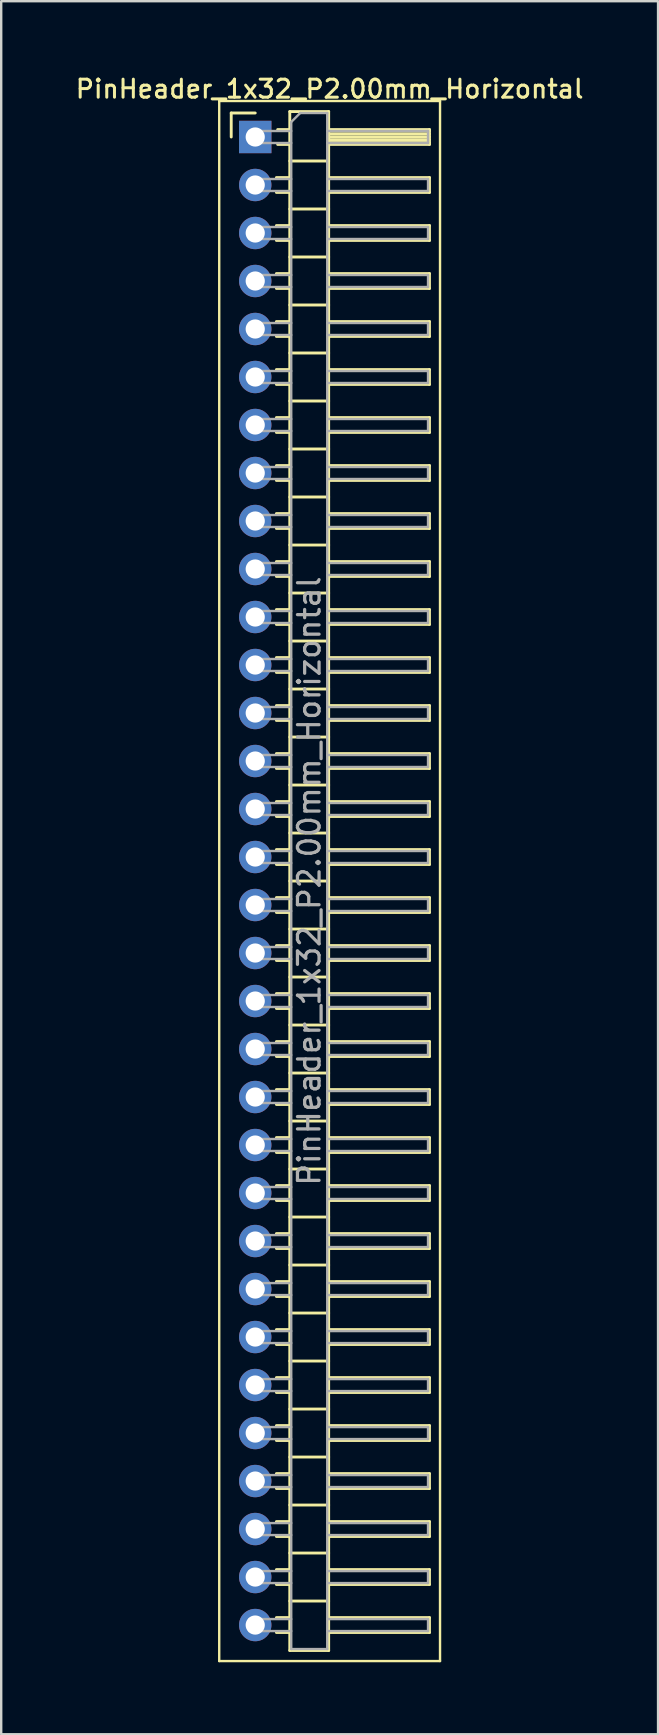
<source format=kicad_pcb>
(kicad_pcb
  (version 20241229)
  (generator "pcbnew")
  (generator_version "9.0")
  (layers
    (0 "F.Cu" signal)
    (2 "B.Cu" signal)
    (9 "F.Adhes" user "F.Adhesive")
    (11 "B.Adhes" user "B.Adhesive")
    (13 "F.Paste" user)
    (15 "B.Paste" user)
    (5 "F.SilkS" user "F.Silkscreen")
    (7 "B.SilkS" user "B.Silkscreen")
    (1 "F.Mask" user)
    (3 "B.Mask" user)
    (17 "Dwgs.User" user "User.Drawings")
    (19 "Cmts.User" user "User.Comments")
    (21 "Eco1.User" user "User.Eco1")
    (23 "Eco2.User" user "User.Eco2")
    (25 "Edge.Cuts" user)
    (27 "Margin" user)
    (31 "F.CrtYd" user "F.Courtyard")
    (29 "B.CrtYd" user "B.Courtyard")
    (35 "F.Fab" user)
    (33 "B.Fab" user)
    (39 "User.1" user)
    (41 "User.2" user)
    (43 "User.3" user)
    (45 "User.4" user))
  (footprint "PinHeader_1x32_P2.00mm_Horizontal"
    (layer "F.Cu")
    (at 7.584 2.658)
    (property "Reference" "PinHeader_1x32_P2.00mm_Horizontal" (at 3.1 -2 0) (layer "F.SilkS") (effects (font (size 0.75 0.75) (thickness 0.125))))
    (attr through_hole)
    (fp_line (start -1.5 -1.5) (end -1.5 63.5) (stroke (width 0.1) (type solid)) (layer "F.SilkS"))
    (fp_line (start -1.5 63.5) (end 7.7 63.5) (stroke (width 0.1) (type solid)) (layer "F.SilkS"))
    (fp_line (start -1 -1) (end 0 -1) (stroke (width 0.12) (type solid)) (layer "F.SilkS"))
    (fp_line (start -1 0) (end -1 -1) (stroke (width 0.12) (type solid)) (layer "F.SilkS"))
    (fp_line (start 0.882 1.69) (end 1.44 1.69) (stroke (width 0.12) (type solid)) (layer "F.SilkS"))
    (fp_line (start 0.882 2.31) (end 1.44 2.31) (stroke (width 0.12) (type solid)) (layer "F.SilkS"))
    (fp_line (start 0.882 3.69) (end 1.44 3.69) (stroke (width 0.12) (type solid)) (layer "F.SilkS"))
    (fp_line (start 0.882 4.31) (end 1.44 4.31) (stroke (width 0.12) (type solid)) (layer "F.SilkS"))
    (fp_line (start 0.882 5.69) (end 1.44 5.69) (stroke (width 0.12) (type solid)) (layer "F.SilkS"))
    (fp_line (start 0.882 6.31) (end 1.44 6.31) (stroke (width 0.12) (type solid)) (layer "F.SilkS"))
    (fp_line (start 0.882 7.69) (end 1.44 7.69) (stroke (width 0.12) (type solid)) (layer "F.SilkS"))
    (fp_line (start 0.882 8.31) (end 1.44 8.31) (stroke (width 0.12) (type solid)) (layer "F.SilkS"))
    (fp_line (start 0.882 9.69) (end 1.44 9.69) (stroke (width 0.12) (type solid)) (layer "F.SilkS"))
    (fp_line (start 0.882 10.31) (end 1.44 10.31) (stroke (width 0.12) (type solid)) (layer "F.SilkS"))
    (fp_line (start 0.882 11.69) (end 1.44 11.69) (stroke (width 0.12) (type solid)) (layer "F.SilkS"))
    (fp_line (start 0.882 12.31) (end 1.44 12.31) (stroke (width 0.12) (type solid)) (layer "F.SilkS"))
    (fp_line (start 0.882 13.69) (end 1.44 13.69) (stroke (width 0.12) (type solid)) (layer "F.SilkS"))
    (fp_line (start 0.882 14.31) (end 1.44 14.31) (stroke (width 0.12) (type solid)) (layer "F.SilkS"))
    (fp_line (start 0.882 15.69) (end 1.44 15.69) (stroke (width 0.12) (type solid)) (layer "F.SilkS"))
    (fp_line (start 0.882 16.31) (end 1.44 16.31) (stroke (width 0.12) (type solid)) (layer "F.SilkS"))
    (fp_line (start 0.882 17.69) (end 1.44 17.69) (stroke (width 0.12) (type solid)) (layer "F.SilkS"))
    (fp_line (start 0.882 18.31) (end 1.44 18.31) (stroke (width 0.12) (type solid)) (layer "F.SilkS"))
    (fp_line (start 0.882 19.69) (end 1.44 19.69) (stroke (width 0.12) (type solid)) (layer "F.SilkS"))
    (fp_line (start 0.882 20.31) (end 1.44 20.31) (stroke (width 0.12) (type solid)) (layer "F.SilkS"))
    (fp_line (start 0.882 21.69) (end 1.44 21.69) (stroke (width 0.12) (type solid)) (layer "F.SilkS"))
    (fp_line (start 0.882 22.31) (end 1.44 22.31) (stroke (width 0.12) (type solid)) (layer "F.SilkS"))
    (fp_line (start 0.882 23.69) (end 1.44 23.69) (stroke (width 0.12) (type solid)) (layer "F.SilkS"))
    (fp_line (start 0.882 24.31) (end 1.44 24.31) (stroke (width 0.12) (type solid)) (layer "F.SilkS"))
    (fp_line (start 0.882 25.69) (end 1.44 25.69) (stroke (width 0.12) (type solid)) (layer "F.SilkS"))
    (fp_line (start 0.882 26.31) (end 1.44 26.31) (stroke (width 0.12) (type solid)) (layer "F.SilkS"))
    (fp_line (start 0.882 27.69) (end 1.44 27.69) (stroke (width 0.12) (type solid)) (layer "F.SilkS"))
    (fp_line (start 0.882 28.31) (end 1.44 28.31) (stroke (width 0.12) (type solid)) (layer "F.SilkS"))
    (fp_line (start 0.882 29.69) (end 1.44 29.69) (stroke (width 0.12) (type solid)) (layer "F.SilkS"))
    (fp_line (start 0.882 30.31) (end 1.44 30.31) (stroke (width 0.12) (type solid)) (layer "F.SilkS"))
    (fp_line (start 0.882 31.69) (end 1.44 31.69) (stroke (width 0.12) (type solid)) (layer "F.SilkS"))
    (fp_line (start 0.882 32.31) (end 1.44 32.31) (stroke (width 0.12) (type solid)) (layer "F.SilkS"))
    (fp_line (start 0.882 33.69) (end 1.44 33.69) (stroke (width 0.12) (type solid)) (layer "F.SilkS"))
    (fp_line (start 0.882 34.31) (end 1.44 34.31) (stroke (width 0.12) (type solid)) (layer "F.SilkS"))
    (fp_line (start 0.882 35.69) (end 1.44 35.69) (stroke (width 0.12) (type solid)) (layer "F.SilkS"))
    (fp_line (start 0.882 36.31) (end 1.44 36.31) (stroke (width 0.12) (type solid)) (layer "F.SilkS"))
    (fp_line (start 0.882 37.69) (end 1.44 37.69) (stroke (width 0.12) (type solid)) (layer "F.SilkS"))
    (fp_line (start 0.882 38.31) (end 1.44 38.31) (stroke (width 0.12) (type solid)) (layer "F.SilkS"))
    (fp_line (start 0.882 39.69) (end 1.44 39.69) (stroke (width 0.12) (type solid)) (layer "F.SilkS"))
    (fp_line (start 0.882 40.31) (end 1.44 40.31) (stroke (width 0.12) (type solid)) (layer "F.SilkS"))
    (fp_line (start 0.882 41.69) (end 1.44 41.69) (stroke (width 0.12) (type solid)) (layer "F.SilkS"))
    (fp_line (start 0.882 42.31) (end 1.44 42.31) (stroke (width 0.12) (type solid)) (layer "F.SilkS"))
    (fp_line (start 0.882 43.69) (end 1.44 43.69) (stroke (width 0.12) (type solid)) (layer "F.SilkS"))
    (fp_line (start 0.882 44.31) (end 1.44 44.31) (stroke (width 0.12) (type solid)) (layer "F.SilkS"))
    (fp_line (start 0.882 45.69) (end 1.44 45.69) (stroke (width 0.12) (type solid)) (layer "F.SilkS"))
    (fp_line (start 0.882 46.31) (end 1.44 46.31) (stroke (width 0.12) (type solid)) (layer "F.SilkS"))
    (fp_line (start 0.882 47.69) (end 1.44 47.69) (stroke (width 0.12) (type solid)) (layer "F.SilkS"))
    (fp_line (start 0.882 48.31) (end 1.44 48.31) (stroke (width 0.12) (type solid)) (layer "F.SilkS"))
    (fp_line (start 0.882 49.69) (end 1.44 49.69) (stroke (width 0.12) (type solid)) (layer "F.SilkS"))
    (fp_line (start 0.882 50.31) (end 1.44 50.31) (stroke (width 0.12) (type solid)) (layer "F.SilkS"))
    (fp_line (start 0.882 51.69) (end 1.44 51.69) (stroke (width 0.12) (type solid)) (layer "F.SilkS"))
    (fp_line (start 0.882 52.31) (end 1.44 52.31) (stroke (width 0.12) (type solid)) (layer "F.SilkS"))
    (fp_line (start 0.882 53.69) (end 1.44 53.69) (stroke (width 0.12) (type solid)) (layer "F.SilkS"))
    (fp_line (start 0.882 54.31) (end 1.44 54.31) (stroke (width 0.12) (type solid)) (layer "F.SilkS"))
    (fp_line (start 0.882 55.69) (end 1.44 55.69) (stroke (width 0.12) (type solid)) (layer "F.SilkS"))
    (fp_line (start 0.882 56.31) (end 1.44 56.31) (stroke (width 0.12) (type solid)) (layer "F.SilkS"))
    (fp_line (start 0.882 57.69) (end 1.44 57.69) (stroke (width 0.12) (type solid)) (layer "F.SilkS"))
    (fp_line (start 0.882 58.31) (end 1.44 58.31) (stroke (width 0.12) (type solid)) (layer "F.SilkS"))
    (fp_line (start 0.882 59.69) (end 1.44 59.69) (stroke (width 0.12) (type solid)) (layer "F.SilkS"))
    (fp_line (start 0.882 60.31) (end 1.44 60.31) (stroke (width 0.12) (type solid)) (layer "F.SilkS"))
    (fp_line (start 0.882 61.69) (end 1.44 61.69) (stroke (width 0.12) (type solid)) (layer "F.SilkS"))
    (fp_line (start 0.882 62.31) (end 1.44 62.31) (stroke (width 0.12) (type solid)) (layer "F.SilkS"))
    (fp_line (start 0.935 -0.31) (end 1.44 -0.31) (stroke (width 0.12) (type solid)) (layer "F.SilkS"))
    (fp_line (start 0.935 0.31) (end 1.44 0.31) (stroke (width 0.12) (type solid)) (layer "F.SilkS"))
    (fp_line (start 1.44 -1.06) (end 1.44 63.06) (stroke (width 0.12) (type solid)) (layer "F.SilkS"))
    (fp_line (start 1.44 1) (end 3.06 1) (stroke (width 0.12) (type solid)) (layer "F.SilkS"))
    (fp_line (start 1.44 3) (end 3.06 3) (stroke (width 0.12) (type solid)) (layer "F.SilkS"))
    (fp_line (start 1.44 5) (end 3.06 5) (stroke (width 0.12) (type solid)) (layer "F.SilkS"))
    (fp_line (start 1.44 7) (end 3.06 7) (stroke (width 0.12) (type solid)) (layer "F.SilkS"))
    (fp_line (start 1.44 9) (end 3.06 9) (stroke (width 0.12) (type solid)) (layer "F.SilkS"))
    (fp_line (start 1.44 11) (end 3.06 11) (stroke (width 0.12) (type solid)) (layer "F.SilkS"))
    (fp_line (start 1.44 13) (end 3.06 13) (stroke (width 0.12) (type solid)) (layer "F.SilkS"))
    (fp_line (start 1.44 15) (end 3.06 15) (stroke (width 0.12) (type solid)) (layer "F.SilkS"))
    (fp_line (start 1.44 17) (end 3.06 17) (stroke (width 0.12) (type solid)) (layer "F.SilkS"))
    (fp_line (start 1.44 19) (end 3.06 19) (stroke (width 0.12) (type solid)) (layer "F.SilkS"))
    (fp_line (start 1.44 21) (end 3.06 21) (stroke (width 0.12) (type solid)) (layer "F.SilkS"))
    (fp_line (start 1.44 23) (end 3.06 23) (stroke (width 0.12) (type solid)) (layer "F.SilkS"))
    (fp_line (start 1.44 25) (end 3.06 25) (stroke (width 0.12) (type solid)) (layer "F.SilkS"))
    (fp_line (start 1.44 27) (end 3.06 27) (stroke (width 0.12) (type solid)) (layer "F.SilkS"))
    (fp_line (start 1.44 29) (end 3.06 29) (stroke (width 0.12) (type solid)) (layer "F.SilkS"))
    (fp_line (start 1.44 31) (end 3.06 31) (stroke (width 0.12) (type solid)) (layer "F.SilkS"))
    (fp_line (start 1.44 33) (end 3.06 33) (stroke (width 0.12) (type solid)) (layer "F.SilkS"))
    (fp_line (start 1.44 35) (end 3.06 35) (stroke (width 0.12) (type solid)) (layer "F.SilkS"))
    (fp_line (start 1.44 37) (end 3.06 37) (stroke (width 0.12) (type solid)) (layer "F.SilkS"))
    (fp_line (start 1.44 39) (end 3.06 39) (stroke (width 0.12) (type solid)) (layer "F.SilkS"))
    (fp_line (start 1.44 41) (end 3.06 41) (stroke (width 0.12) (type solid)) (layer "F.SilkS"))
    (fp_line (start 1.44 43) (end 3.06 43) (stroke (width 0.12) (type solid)) (layer "F.SilkS"))
    (fp_line (start 1.44 45) (end 3.06 45) (stroke (width 0.12) (type solid)) (layer "F.SilkS"))
    (fp_line (start 1.44 47) (end 3.06 47) (stroke (width 0.12) (type solid)) (layer "F.SilkS"))
    (fp_line (start 1.44 49) (end 3.06 49) (stroke (width 0.12) (type solid)) (layer "F.SilkS"))
    (fp_line (start 1.44 51) (end 3.06 51) (stroke (width 0.12) (type solid)) (layer "F.SilkS"))
    (fp_line (start 1.44 53) (end 3.06 53) (stroke (width 0.12) (type solid)) (layer "F.SilkS"))
    (fp_line (start 1.44 55) (end 3.06 55) (stroke (width 0.12) (type solid)) (layer "F.SilkS"))
    (fp_line (start 1.44 57) (end 3.06 57) (stroke (width 0.12) (type solid)) (layer "F.SilkS"))
    (fp_line (start 1.44 59) (end 3.06 59) (stroke (width 0.12) (type solid)) (layer "F.SilkS"))
    (fp_line (start 1.44 61) (end 3.06 61) (stroke (width 0.12) (type solid)) (layer "F.SilkS"))
    (fp_line (start 1.44 63.06) (end 3.06 63.06) (stroke (width 0.12) (type solid)) (layer "F.SilkS"))
    (fp_line (start 3.06 -1.06) (end 1.44 -1.06) (stroke (width 0.12) (type solid)) (layer "F.SilkS"))
    (fp_line (start 3.06 -0.31) (end 7.26 -0.31) (stroke (width 0.12) (type solid)) (layer "F.SilkS"))
    (fp_line (start 3.06 -0.25) (end 7.26 -0.25) (stroke (width 0.12) (type solid)) (layer "F.SilkS"))
    (fp_line (start 3.06 -0.13) (end 7.26 -0.13) (stroke (width 0.12) (type solid)) (layer "F.SilkS"))
    (fp_line (start 3.06 -0.01) (end 7.26 -0.01) (stroke (width 0.12) (type solid)) (layer "F.SilkS"))
    (fp_line (start 3.06 0.11) (end 7.26 0.11) (stroke (width 0.12) (type solid)) (layer "F.SilkS"))
    (fp_line (start 3.06 0.23) (end 7.26 0.23) (stroke (width 0.12) (type solid)) (layer "F.SilkS"))
    (fp_line (start 3.06 1.69) (end 7.26 1.69) (stroke (width 0.12) (type solid)) (layer "F.SilkS"))
    (fp_line (start 3.06 3.69) (end 7.26 3.69) (stroke (width 0.12) (type solid)) (layer "F.SilkS"))
    (fp_line (start 3.06 5.69) (end 7.26 5.69) (stroke (width 0.12) (type solid)) (layer "F.SilkS"))
    (fp_line (start 3.06 7.69) (end 7.26 7.69) (stroke (width 0.12) (type solid)) (layer "F.SilkS"))
    (fp_line (start 3.06 9.69) (end 7.26 9.69) (stroke (width 0.12) (type solid)) (layer "F.SilkS"))
    (fp_line (start 3.06 11.69) (end 7.26 11.69) (stroke (width 0.12) (type solid)) (layer "F.SilkS"))
    (fp_line (start 3.06 13.69) (end 7.26 13.69) (stroke (width 0.12) (type solid)) (layer "F.SilkS"))
    (fp_line (start 3.06 15.69) (end 7.26 15.69) (stroke (width 0.12) (type solid)) (layer "F.SilkS"))
    (fp_line (start 3.06 17.69) (end 7.26 17.69) (stroke (width 0.12) (type solid)) (layer "F.SilkS"))
    (fp_line (start 3.06 19.69) (end 7.26 19.69) (stroke (width 0.12) (type solid)) (layer "F.SilkS"))
    (fp_line (start 3.06 21.69) (end 7.26 21.69) (stroke (width 0.12) (type solid)) (layer "F.SilkS"))
    (fp_line (start 3.06 23.69) (end 7.26 23.69) (stroke (width 0.12) (type solid)) (layer "F.SilkS"))
    (fp_line (start 3.06 25.69) (end 7.26 25.69) (stroke (width 0.12) (type solid)) (layer "F.SilkS"))
    (fp_line (start 3.06 27.69) (end 7.26 27.69) (stroke (width 0.12) (type solid)) (layer "F.SilkS"))
    (fp_line (start 3.06 29.69) (end 7.26 29.69) (stroke (width 0.12) (type solid)) (layer "F.SilkS"))
    (fp_line (start 3.06 31.69) (end 7.26 31.69) (stroke (width 0.12) (type solid)) (layer "F.SilkS"))
    (fp_line (start 3.06 33.69) (end 7.26 33.69) (stroke (width 0.12) (type solid)) (layer "F.SilkS"))
    (fp_line (start 3.06 35.69) (end 7.26 35.69) (stroke (width 0.12) (type solid)) (layer "F.SilkS"))
    (fp_line (start 3.06 37.69) (end 7.26 37.69) (stroke (width 0.12) (type solid)) (layer "F.SilkS"))
    (fp_line (start 3.06 39.69) (end 7.26 39.69) (stroke (width 0.12) (type solid)) (layer "F.SilkS"))
    (fp_line (start 3.06 41.69) (end 7.26 41.69) (stroke (width 0.12) (type solid)) (layer "F.SilkS"))
    (fp_line (start 3.06 43.69) (end 7.26 43.69) (stroke (width 0.12) (type solid)) (layer "F.SilkS"))
    (fp_line (start 3.06 45.69) (end 7.26 45.69) (stroke (width 0.12) (type solid)) (layer "F.SilkS"))
    (fp_line (start 3.06 47.69) (end 7.26 47.69) (stroke (width 0.12) (type solid)) (layer "F.SilkS"))
    (fp_line (start 3.06 49.69) (end 7.26 49.69) (stroke (width 0.12) (type solid)) (layer "F.SilkS"))
    (fp_line (start 3.06 51.69) (end 7.26 51.69) (stroke (width 0.12) (type solid)) (layer "F.SilkS"))
    (fp_line (start 3.06 53.69) (end 7.26 53.69) (stroke (width 0.12) (type solid)) (layer "F.SilkS"))
    (fp_line (start 3.06 55.69) (end 7.26 55.69) (stroke (width 0.12) (type solid)) (layer "F.SilkS"))
    (fp_line (start 3.06 57.69) (end 7.26 57.69) (stroke (width 0.12) (type solid)) (layer "F.SilkS"))
    (fp_line (start 3.06 59.69) (end 7.26 59.69) (stroke (width 0.12) (type solid)) (layer "F.SilkS"))
    (fp_line (start 3.06 61.69) (end 7.26 61.69) (stroke (width 0.12) (type solid)) (layer "F.SilkS"))
    (fp_line (start 3.06 63.06) (end 3.06 -1.06) (stroke (width 0.12) (type solid)) (layer "F.SilkS"))
    (fp_line (start 7.26 -0.31) (end 7.26 0.31) (stroke (width 0.12) (type solid)) (layer "F.SilkS"))
    (fp_line (start 7.26 0.31) (end 3.06 0.31) (stroke (width 0.12) (type solid)) (layer "F.SilkS"))
    (fp_line (start 7.26 1.69) (end 7.26 2.31) (stroke (width 0.12) (type solid)) (layer "F.SilkS"))
    (fp_line (start 7.26 2.31) (end 3.06 2.31) (stroke (width 0.12) (type solid)) (layer "F.SilkS"))
    (fp_line (start 7.26 3.69) (end 7.26 4.31) (stroke (width 0.12) (type solid)) (layer "F.SilkS"))
    (fp_line (start 7.26 4.31) (end 3.06 4.31) (stroke (width 0.12) (type solid)) (layer "F.SilkS"))
    (fp_line (start 7.26 5.69) (end 7.26 6.31) (stroke (width 0.12) (type solid)) (layer "F.SilkS"))
    (fp_line (start 7.26 6.31) (end 3.06 6.31) (stroke (width 0.12) (type solid)) (layer "F.SilkS"))
    (fp_line (start 7.26 7.69) (end 7.26 8.31) (stroke (width 0.12) (type solid)) (layer "F.SilkS"))
    (fp_line (start 7.26 8.31) (end 3.06 8.31) (stroke (width 0.12) (type solid)) (layer "F.SilkS"))
    (fp_line (start 7.26 9.69) (end 7.26 10.31) (stroke (width 0.12) (type solid)) (layer "F.SilkS"))
    (fp_line (start 7.26 10.31) (end 3.06 10.31) (stroke (width 0.12) (type solid)) (layer "F.SilkS"))
    (fp_line (start 7.26 11.69) (end 7.26 12.31) (stroke (width 0.12) (type solid)) (layer "F.SilkS"))
    (fp_line (start 7.26 12.31) (end 3.06 12.31) (stroke (width 0.12) (type solid)) (layer "F.SilkS"))
    (fp_line (start 7.26 13.69) (end 7.26 14.31) (stroke (width 0.12) (type solid)) (layer "F.SilkS"))
    (fp_line (start 7.26 14.31) (end 3.06 14.31) (stroke (width 0.12) (type solid)) (layer "F.SilkS"))
    (fp_line (start 7.26 15.69) (end 7.26 16.31) (stroke (width 0.12) (type solid)) (layer "F.SilkS"))
    (fp_line (start 7.26 16.31) (end 3.06 16.31) (stroke (width 0.12) (type solid)) (layer "F.SilkS"))
    (fp_line (start 7.26 17.69) (end 7.26 18.31) (stroke (width 0.12) (type solid)) (layer "F.SilkS"))
    (fp_line (start 7.26 18.31) (end 3.06 18.31) (stroke (width 0.12) (type solid)) (layer "F.SilkS"))
    (fp_line (start 7.26 19.69) (end 7.26 20.31) (stroke (width 0.12) (type solid)) (layer "F.SilkS"))
    (fp_line (start 7.26 20.31) (end 3.06 20.31) (stroke (width 0.12) (type solid)) (layer "F.SilkS"))
    (fp_line (start 7.26 21.69) (end 7.26 22.31) (stroke (width 0.12) (type solid)) (layer "F.SilkS"))
    (fp_line (start 7.26 22.31) (end 3.06 22.31) (stroke (width 0.12) (type solid)) (layer "F.SilkS"))
    (fp_line (start 7.26 23.69) (end 7.26 24.31) (stroke (width 0.12) (type solid)) (layer "F.SilkS"))
    (fp_line (start 7.26 24.31) (end 3.06 24.31) (stroke (width 0.12) (type solid)) (layer "F.SilkS"))
    (fp_line (start 7.26 25.69) (end 7.26 26.31) (stroke (width 0.12) (type solid)) (layer "F.SilkS"))
    (fp_line (start 7.26 26.31) (end 3.06 26.31) (stroke (width 0.12) (type solid)) (layer "F.SilkS"))
    (fp_line (start 7.26 27.69) (end 7.26 28.31) (stroke (width 0.12) (type solid)) (layer "F.SilkS"))
    (fp_line (start 7.26 28.31) (end 3.06 28.31) (stroke (width 0.12) (type solid)) (layer "F.SilkS"))
    (fp_line (start 7.26 29.69) (end 7.26 30.31) (stroke (width 0.12) (type solid)) (layer "F.SilkS"))
    (fp_line (start 7.26 30.31) (end 3.06 30.31) (stroke (width 0.12) (type solid)) (layer "F.SilkS"))
    (fp_line (start 7.26 31.69) (end 7.26 32.31) (stroke (width 0.12) (type solid)) (layer "F.SilkS"))
    (fp_line (start 7.26 32.31) (end 3.06 32.31) (stroke (width 0.12) (type solid)) (layer "F.SilkS"))
    (fp_line (start 7.26 33.69) (end 7.26 34.31) (stroke (width 0.12) (type solid)) (layer "F.SilkS"))
    (fp_line (start 7.26 34.31) (end 3.06 34.31) (stroke (width 0.12) (type solid)) (layer "F.SilkS"))
    (fp_line (start 7.26 35.69) (end 7.26 36.31) (stroke (width 0.12) (type solid)) (layer "F.SilkS"))
    (fp_line (start 7.26 36.31) (end 3.06 36.31) (stroke (width 0.12) (type solid)) (layer "F.SilkS"))
    (fp_line (start 7.26 37.69) (end 7.26 38.31) (stroke (width 0.12) (type solid)) (layer "F.SilkS"))
    (fp_line (start 7.26 38.31) (end 3.06 38.31) (stroke (width 0.12) (type solid)) (layer "F.SilkS"))
    (fp_line (start 7.26 39.69) (end 7.26 40.31) (stroke (width 0.12) (type solid)) (layer "F.SilkS"))
    (fp_line (start 7.26 40.31) (end 3.06 40.31) (stroke (width 0.12) (type solid)) (layer "F.SilkS"))
    (fp_line (start 7.26 41.69) (end 7.26 42.31) (stroke (width 0.12) (type solid)) (layer "F.SilkS"))
    (fp_line (start 7.26 42.31) (end 3.06 42.31) (stroke (width 0.12) (type solid)) (layer "F.SilkS"))
    (fp_line (start 7.26 43.69) (end 7.26 44.31) (stroke (width 0.12) (type solid)) (layer "F.SilkS"))
    (fp_line (start 7.26 44.31) (end 3.06 44.31) (stroke (width 0.12) (type solid)) (layer "F.SilkS"))
    (fp_line (start 7.26 45.69) (end 7.26 46.31) (stroke (width 0.12) (type solid)) (layer "F.SilkS"))
    (fp_line (start 7.26 46.31) (end 3.06 46.31) (stroke (width 0.12) (type solid)) (layer "F.SilkS"))
    (fp_line (start 7.26 47.69) (end 7.26 48.31) (stroke (width 0.12) (type solid)) (layer "F.SilkS"))
    (fp_line (start 7.26 48.31) (end 3.06 48.31) (stroke (width 0.12) (type solid)) (layer "F.SilkS"))
    (fp_line (start 7.26 49.69) (end 7.26 50.31) (stroke (width 0.12) (type solid)) (layer "F.SilkS"))
    (fp_line (start 7.26 50.31) (end 3.06 50.31) (stroke (width 0.12) (type solid)) (layer "F.SilkS"))
    (fp_line (start 7.26 51.69) (end 7.26 52.31) (stroke (width 0.12) (type solid)) (layer "F.SilkS"))
    (fp_line (start 7.26 52.31) (end 3.06 52.31) (stroke (width 0.12) (type solid)) (layer "F.SilkS"))
    (fp_line (start 7.26 53.69) (end 7.26 54.31) (stroke (width 0.12) (type solid)) (layer "F.SilkS"))
    (fp_line (start 7.26 54.31) (end 3.06 54.31) (stroke (width 0.12) (type solid)) (layer "F.SilkS"))
    (fp_line (start 7.26 55.69) (end 7.26 56.31) (stroke (width 0.12) (type solid)) (layer "F.SilkS"))
    (fp_line (start 7.26 56.31) (end 3.06 56.31) (stroke (width 0.12) (type solid)) (layer "F.SilkS"))
    (fp_line (start 7.26 57.69) (end 7.26 58.31) (stroke (width 0.12) (type solid)) (layer "F.SilkS"))
    (fp_line (start 7.26 58.31) (end 3.06 58.31) (stroke (width 0.12) (type solid)) (layer "F.SilkS"))
    (fp_line (start 7.26 59.69) (end 7.26 60.31) (stroke (width 0.12) (type solid)) (layer "F.SilkS"))
    (fp_line (start 7.26 60.31) (end 3.06 60.31) (stroke (width 0.12) (type solid)) (layer "F.SilkS"))
    (fp_line (start 7.26 61.69) (end 7.26 62.31) (stroke (width 0.12) (type solid)) (layer "F.SilkS"))
    (fp_line (start 7.26 62.31) (end 3.06 62.31) (stroke (width 0.12) (type solid)) (layer "F.SilkS"))
    (fp_line (start 7.7 -1.5) (end -1.5 -1.5) (stroke (width 0.1) (type solid)) (layer "F.SilkS"))
    (fp_line (start 7.7 63.5) (end 7.7 -1.5) (stroke (width 0.1) (type solid)) (layer "F.SilkS"))
    (fp_line (start -0.25 -0.25) (end -0.25 0.25) (stroke (width 0.1) (type solid)) (layer "F.Fab"))
    (fp_line (start -0.25 -0.25) (end 1.5 -0.25) (stroke (width 0.1) (type solid)) (layer "F.Fab"))
    (fp_line (start -0.25 0.25) (end 1.5 0.25) (stroke (width 0.1) (type solid)) (layer "F.Fab"))
    (fp_line (start -0.25 1.75) (end -0.25 2.25) (stroke (width 0.1) (type solid)) (layer "F.Fab"))
    (fp_line (start -0.25 1.75) (end 1.5 1.75) (stroke (width 0.1) (type solid)) (layer "F.Fab"))
    (fp_line (start -0.25 2.25) (end 1.5 2.25) (stroke (width 0.1) (type solid)) (layer "F.Fab"))
    (fp_line (start -0.25 3.75) (end -0.25 4.25) (stroke (width 0.1) (type solid)) (layer "F.Fab"))
    (fp_line (start -0.25 3.75) (end 1.5 3.75) (stroke (width 0.1) (type solid)) (layer "F.Fab"))
    (fp_line (start -0.25 4.25) (end 1.5 4.25) (stroke (width 0.1) (type solid)) (layer "F.Fab"))
    (fp_line (start -0.25 5.75) (end -0.25 6.25) (stroke (width 0.1) (type solid)) (layer "F.Fab"))
    (fp_line (start -0.25 5.75) (end 1.5 5.75) (stroke (width 0.1) (type solid)) (layer "F.Fab"))
    (fp_line (start -0.25 6.25) (end 1.5 6.25) (stroke (width 0.1) (type solid)) (layer "F.Fab"))
    (fp_line (start -0.25 7.75) (end -0.25 8.25) (stroke (width 0.1) (type solid)) (layer "F.Fab"))
    (fp_line (start -0.25 7.75) (end 1.5 7.75) (stroke (width 0.1) (type solid)) (layer "F.Fab"))
    (fp_line (start -0.25 8.25) (end 1.5 8.25) (stroke (width 0.1) (type solid)) (layer "F.Fab"))
    (fp_line (start -0.25 9.75) (end -0.25 10.25) (stroke (width 0.1) (type solid)) (layer "F.Fab"))
    (fp_line (start -0.25 9.75) (end 1.5 9.75) (stroke (width 0.1) (type solid)) (layer "F.Fab"))
    (fp_line (start -0.25 10.25) (end 1.5 10.25) (stroke (width 0.1) (type solid)) (layer "F.Fab"))
    (fp_line (start -0.25 11.75) (end -0.25 12.25) (stroke (width 0.1) (type solid)) (layer "F.Fab"))
    (fp_line (start -0.25 11.75) (end 1.5 11.75) (stroke (width 0.1) (type solid)) (layer "F.Fab"))
    (fp_line (start -0.25 12.25) (end 1.5 12.25) (stroke (width 0.1) (type solid)) (layer "F.Fab"))
    (fp_line (start -0.25 13.75) (end -0.25 14.25) (stroke (width 0.1) (type solid)) (layer "F.Fab"))
    (fp_line (start -0.25 13.75) (end 1.5 13.75) (stroke (width 0.1) (type solid)) (layer "F.Fab"))
    (fp_line (start -0.25 14.25) (end 1.5 14.25) (stroke (width 0.1) (type solid)) (layer "F.Fab"))
    (fp_line (start -0.25 15.75) (end -0.25 16.25) (stroke (width 0.1) (type solid)) (layer "F.Fab"))
    (fp_line (start -0.25 15.75) (end 1.5 15.75) (stroke (width 0.1) (type solid)) (layer "F.Fab"))
    (fp_line (start -0.25 16.25) (end 1.5 16.25) (stroke (width 0.1) (type solid)) (layer "F.Fab"))
    (fp_line (start -0.25 17.75) (end -0.25 18.25) (stroke (width 0.1) (type solid)) (layer "F.Fab"))
    (fp_line (start -0.25 17.75) (end 1.5 17.75) (stroke (width 0.1) (type solid)) (layer "F.Fab"))
    (fp_line (start -0.25 18.25) (end 1.5 18.25) (stroke (width 0.1) (type solid)) (layer "F.Fab"))
    (fp_line (start -0.25 19.75) (end -0.25 20.25) (stroke (width 0.1) (type solid)) (layer "F.Fab"))
    (fp_line (start -0.25 19.75) (end 1.5 19.75) (stroke (width 0.1) (type solid)) (layer "F.Fab"))
    (fp_line (start -0.25 20.25) (end 1.5 20.25) (stroke (width 0.1) (type solid)) (layer "F.Fab"))
    (fp_line (start -0.25 21.75) (end -0.25 22.25) (stroke (width 0.1) (type solid)) (layer "F.Fab"))
    (fp_line (start -0.25 21.75) (end 1.5 21.75) (stroke (width 0.1) (type solid)) (layer "F.Fab"))
    (fp_line (start -0.25 22.25) (end 1.5 22.25) (stroke (width 0.1) (type solid)) (layer "F.Fab"))
    (fp_line (start -0.25 23.75) (end -0.25 24.25) (stroke (width 0.1) (type solid)) (layer "F.Fab"))
    (fp_line (start -0.25 23.75) (end 1.5 23.75) (stroke (width 0.1) (type solid)) (layer "F.Fab"))
    (fp_line (start -0.25 24.25) (end 1.5 24.25) (stroke (width 0.1) (type solid)) (layer "F.Fab"))
    (fp_line (start -0.25 25.75) (end -0.25 26.25) (stroke (width 0.1) (type solid)) (layer "F.Fab"))
    (fp_line (start -0.25 25.75) (end 1.5 25.75) (stroke (width 0.1) (type solid)) (layer "F.Fab"))
    (fp_line (start -0.25 26.25) (end 1.5 26.25) (stroke (width 0.1) (type solid)) (layer "F.Fab"))
    (fp_line (start -0.25 27.75) (end -0.25 28.25) (stroke (width 0.1) (type solid)) (layer "F.Fab"))
    (fp_line (start -0.25 27.75) (end 1.5 27.75) (stroke (width 0.1) (type solid)) (layer "F.Fab"))
    (fp_line (start -0.25 28.25) (end 1.5 28.25) (stroke (width 0.1) (type solid)) (layer "F.Fab"))
    (fp_line (start -0.25 29.75) (end -0.25 30.25) (stroke (width 0.1) (type solid)) (layer "F.Fab"))
    (fp_line (start -0.25 29.75) (end 1.5 29.75) (stroke (width 0.1) (type solid)) (layer "F.Fab"))
    (fp_line (start -0.25 30.25) (end 1.5 30.25) (stroke (width 0.1) (type solid)) (layer "F.Fab"))
    (fp_line (start -0.25 31.75) (end -0.25 32.25) (stroke (width 0.1) (type solid)) (layer "F.Fab"))
    (fp_line (start -0.25 31.75) (end 1.5 31.75) (stroke (width 0.1) (type solid)) (layer "F.Fab"))
    (fp_line (start -0.25 32.25) (end 1.5 32.25) (stroke (width 0.1) (type solid)) (layer "F.Fab"))
    (fp_line (start -0.25 33.75) (end -0.25 34.25) (stroke (width 0.1) (type solid)) (layer "F.Fab"))
    (fp_line (start -0.25 33.75) (end 1.5 33.75) (stroke (width 0.1) (type solid)) (layer "F.Fab"))
    (fp_line (start -0.25 34.25) (end 1.5 34.25) (stroke (width 0.1) (type solid)) (layer "F.Fab"))
    (fp_line (start -0.25 35.75) (end -0.25 36.25) (stroke (width 0.1) (type solid)) (layer "F.Fab"))
    (fp_line (start -0.25 35.75) (end 1.5 35.75) (stroke (width 0.1) (type solid)) (layer "F.Fab"))
    (fp_line (start -0.25 36.25) (end 1.5 36.25) (stroke (width 0.1) (type solid)) (layer "F.Fab"))
    (fp_line (start -0.25 37.75) (end -0.25 38.25) (stroke (width 0.1) (type solid)) (layer "F.Fab"))
    (fp_line (start -0.25 37.75) (end 1.5 37.75) (stroke (width 0.1) (type solid)) (layer "F.Fab"))
    (fp_line (start -0.25 38.25) (end 1.5 38.25) (stroke (width 0.1) (type solid)) (layer "F.Fab"))
    (fp_line (start -0.25 39.75) (end -0.25 40.25) (stroke (width 0.1) (type solid)) (layer "F.Fab"))
    (fp_line (start -0.25 39.75) (end 1.5 39.75) (stroke (width 0.1) (type solid)) (layer "F.Fab"))
    (fp_line (start -0.25 40.25) (end 1.5 40.25) (stroke (width 0.1) (type solid)) (layer "F.Fab"))
    (fp_line (start -0.25 41.75) (end -0.25 42.25) (stroke (width 0.1) (type solid)) (layer "F.Fab"))
    (fp_line (start -0.25 41.75) (end 1.5 41.75) (stroke (width 0.1) (type solid)) (layer "F.Fab"))
    (fp_line (start -0.25 42.25) (end 1.5 42.25) (stroke (width 0.1) (type solid)) (layer "F.Fab"))
    (fp_line (start -0.25 43.75) (end -0.25 44.25) (stroke (width 0.1) (type solid)) (layer "F.Fab"))
    (fp_line (start -0.25 43.75) (end 1.5 43.75) (stroke (width 0.1) (type solid)) (layer "F.Fab"))
    (fp_line (start -0.25 44.25) (end 1.5 44.25) (stroke (width 0.1) (type solid)) (layer "F.Fab"))
    (fp_line (start -0.25 45.75) (end -0.25 46.25) (stroke (width 0.1) (type solid)) (layer "F.Fab"))
    (fp_line (start -0.25 45.75) (end 1.5 45.75) (stroke (width 0.1) (type solid)) (layer "F.Fab"))
    (fp_line (start -0.25 46.25) (end 1.5 46.25) (stroke (width 0.1) (type solid)) (layer "F.Fab"))
    (fp_line (start -0.25 47.75) (end -0.25 48.25) (stroke (width 0.1) (type solid)) (layer "F.Fab"))
    (fp_line (start -0.25 47.75) (end 1.5 47.75) (stroke (width 0.1) (type solid)) (layer "F.Fab"))
    (fp_line (start -0.25 48.25) (end 1.5 48.25) (stroke (width 0.1) (type solid)) (layer "F.Fab"))
    (fp_line (start -0.25 49.75) (end -0.25 50.25) (stroke (width 0.1) (type solid)) (layer "F.Fab"))
    (fp_line (start -0.25 49.75) (end 1.5 49.75) (stroke (width 0.1) (type solid)) (layer "F.Fab"))
    (fp_line (start -0.25 50.25) (end 1.5 50.25) (stroke (width 0.1) (type solid)) (layer "F.Fab"))
    (fp_line (start -0.25 51.75) (end -0.25 52.25) (stroke (width 0.1) (type solid)) (layer "F.Fab"))
    (fp_line (start -0.25 51.75) (end 1.5 51.75) (stroke (width 0.1) (type solid)) (layer "F.Fab"))
    (fp_line (start -0.25 52.25) (end 1.5 52.25) (stroke (width 0.1) (type solid)) (layer "F.Fab"))
    (fp_line (start -0.25 53.75) (end -0.25 54.25) (stroke (width 0.1) (type solid)) (layer "F.Fab"))
    (fp_line (start -0.25 53.75) (end 1.5 53.75) (stroke (width 0.1) (type solid)) (layer "F.Fab"))
    (fp_line (start -0.25 54.25) (end 1.5 54.25) (stroke (width 0.1) (type solid)) (layer "F.Fab"))
    (fp_line (start -0.25 55.75) (end -0.25 56.25) (stroke (width 0.1) (type solid)) (layer "F.Fab"))
    (fp_line (start -0.25 55.75) (end 1.5 55.75) (stroke (width 0.1) (type solid)) (layer "F.Fab"))
    (fp_line (start -0.25 56.25) (end 1.5 56.25) (stroke (width 0.1) (type solid)) (layer "F.Fab"))
    (fp_line (start -0.25 57.75) (end -0.25 58.25) (stroke (width 0.1) (type solid)) (layer "F.Fab"))
    (fp_line (start -0.25 57.75) (end 1.5 57.75) (stroke (width 0.1) (type solid)) (layer "F.Fab"))
    (fp_line (start -0.25 58.25) (end 1.5 58.25) (stroke (width 0.1) (type solid)) (layer "F.Fab"))
    (fp_line (start -0.25 59.75) (end -0.25 60.25) (stroke (width 0.1) (type solid)) (layer "F.Fab"))
    (fp_line (start -0.25 59.75) (end 1.5 59.75) (stroke (width 0.1) (type solid)) (layer "F.Fab"))
    (fp_line (start -0.25 60.25) (end 1.5 60.25) (stroke (width 0.1) (type solid)) (layer "F.Fab"))
    (fp_line (start -0.25 61.75) (end -0.25 62.25) (stroke (width 0.1) (type solid)) (layer "F.Fab"))
    (fp_line (start -0.25 61.75) (end 1.5 61.75) (stroke (width 0.1) (type solid)) (layer "F.Fab"))
    (fp_line (start -0.25 62.25) (end 1.5 62.25) (stroke (width 0.1) (type solid)) (layer "F.Fab"))
    (fp_line (start 1.5 -0.625) (end 1.875 -1) (stroke (width 0.1) (type solid)) (layer "F.Fab"))
    (fp_line (start 1.5 63) (end 1.5 -0.625) (stroke (width 0.1) (type solid)) (layer "F.Fab"))
    (fp_line (start 1.875 -1) (end 3 -1) (stroke (width 0.1) (type solid)) (layer "F.Fab"))
    (fp_line (start 3 -1) (end 3 63) (stroke (width 0.1) (type solid)) (layer "F.Fab"))
    (fp_line (start 3 -0.25) (end 7.2 -0.25) (stroke (width 0.1) (type solid)) (layer "F.Fab"))
    (fp_line (start 3 0.25) (end 7.2 0.25) (stroke (width 0.1) (type solid)) (layer "F.Fab"))
    (fp_line (start 3 1.75) (end 7.2 1.75) (stroke (width 0.1) (type solid)) (layer "F.Fab"))
    (fp_line (start 3 2.25) (end 7.2 2.25) (stroke (width 0.1) (type solid)) (layer "F.Fab"))
    (fp_line (start 3 3.75) (end 7.2 3.75) (stroke (width 0.1) (type solid)) (layer "F.Fab"))
    (fp_line (start 3 4.25) (end 7.2 4.25) (stroke (width 0.1) (type solid)) (layer "F.Fab"))
    (fp_line (start 3 5.75) (end 7.2 5.75) (stroke (width 0.1) (type solid)) (layer "F.Fab"))
    (fp_line (start 3 6.25) (end 7.2 6.25) (stroke (width 0.1) (type solid)) (layer "F.Fab"))
    (fp_line (start 3 7.75) (end 7.2 7.75) (stroke (width 0.1) (type solid)) (layer "F.Fab"))
    (fp_line (start 3 8.25) (end 7.2 8.25) (stroke (width 0.1) (type solid)) (layer "F.Fab"))
    (fp_line (start 3 9.75) (end 7.2 9.75) (stroke (width 0.1) (type solid)) (layer "F.Fab"))
    (fp_line (start 3 10.25) (end 7.2 10.25) (stroke (width 0.1) (type solid)) (layer "F.Fab"))
    (fp_line (start 3 11.75) (end 7.2 11.75) (stroke (width 0.1) (type solid)) (layer "F.Fab"))
    (fp_line (start 3 12.25) (end 7.2 12.25) (stroke (width 0.1) (type solid)) (layer "F.Fab"))
    (fp_line (start 3 13.75) (end 7.2 13.75) (stroke (width 0.1) (type solid)) (layer "F.Fab"))
    (fp_line (start 3 14.25) (end 7.2 14.25) (stroke (width 0.1) (type solid)) (layer "F.Fab"))
    (fp_line (start 3 15.75) (end 7.2 15.75) (stroke (width 0.1) (type solid)) (layer "F.Fab"))
    (fp_line (start 3 16.25) (end 7.2 16.25) (stroke (width 0.1) (type solid)) (layer "F.Fab"))
    (fp_line (start 3 17.75) (end 7.2 17.75) (stroke (width 0.1) (type solid)) (layer "F.Fab"))
    (fp_line (start 3 18.25) (end 7.2 18.25) (stroke (width 0.1) (type solid)) (layer "F.Fab"))
    (fp_line (start 3 19.75) (end 7.2 19.75) (stroke (width 0.1) (type solid)) (layer "F.Fab"))
    (fp_line (start 3 20.25) (end 7.2 20.25) (stroke (width 0.1) (type solid)) (layer "F.Fab"))
    (fp_line (start 3 21.75) (end 7.2 21.75) (stroke (width 0.1) (type solid)) (layer "F.Fab"))
    (fp_line (start 3 22.25) (end 7.2 22.25) (stroke (width 0.1) (type solid)) (layer "F.Fab"))
    (fp_line (start 3 23.75) (end 7.2 23.75) (stroke (width 0.1) (type solid)) (layer "F.Fab"))
    (fp_line (start 3 24.25) (end 7.2 24.25) (stroke (width 0.1) (type solid)) (layer "F.Fab"))
    (fp_line (start 3 25.75) (end 7.2 25.75) (stroke (width 0.1) (type solid)) (layer "F.Fab"))
    (fp_line (start 3 26.25) (end 7.2 26.25) (stroke (width 0.1) (type solid)) (layer "F.Fab"))
    (fp_line (start 3 27.75) (end 7.2 27.75) (stroke (width 0.1) (type solid)) (layer "F.Fab"))
    (fp_line (start 3 28.25) (end 7.2 28.25) (stroke (width 0.1) (type solid)) (layer "F.Fab"))
    (fp_line (start 3 29.75) (end 7.2 29.75) (stroke (width 0.1) (type solid)) (layer "F.Fab"))
    (fp_line (start 3 30.25) (end 7.2 30.25) (stroke (width 0.1) (type solid)) (layer "F.Fab"))
    (fp_line (start 3 31.75) (end 7.2 31.75) (stroke (width 0.1) (type solid)) (layer "F.Fab"))
    (fp_line (start 3 32.25) (end 7.2 32.25) (stroke (width 0.1) (type solid)) (layer "F.Fab"))
    (fp_line (start 3 33.75) (end 7.2 33.75) (stroke (width 0.1) (type solid)) (layer "F.Fab"))
    (fp_line (start 3 34.25) (end 7.2 34.25) (stroke (width 0.1) (type solid)) (layer "F.Fab"))
    (fp_line (start 3 35.75) (end 7.2 35.75) (stroke (width 0.1) (type solid)) (layer "F.Fab"))
    (fp_line (start 3 36.25) (end 7.2 36.25) (stroke (width 0.1) (type solid)) (layer "F.Fab"))
    (fp_line (start 3 37.75) (end 7.2 37.75) (stroke (width 0.1) (type solid)) (layer "F.Fab"))
    (fp_line (start 3 38.25) (end 7.2 38.25) (stroke (width 0.1) (type solid)) (layer "F.Fab"))
    (fp_line (start 3 39.75) (end 7.2 39.75) (stroke (width 0.1) (type solid)) (layer "F.Fab"))
    (fp_line (start 3 40.25) (end 7.2 40.25) (stroke (width 0.1) (type solid)) (layer "F.Fab"))
    (fp_line (start 3 41.75) (end 7.2 41.75) (stroke (width 0.1) (type solid)) (layer "F.Fab"))
    (fp_line (start 3 42.25) (end 7.2 42.25) (stroke (width 0.1) (type solid)) (layer "F.Fab"))
    (fp_line (start 3 43.75) (end 7.2 43.75) (stroke (width 0.1) (type solid)) (layer "F.Fab"))
    (fp_line (start 3 44.25) (end 7.2 44.25) (stroke (width 0.1) (type solid)) (layer "F.Fab"))
    (fp_line (start 3 45.75) (end 7.2 45.75) (stroke (width 0.1) (type solid)) (layer "F.Fab"))
    (fp_line (start 3 46.25) (end 7.2 46.25) (stroke (width 0.1) (type solid)) (layer "F.Fab"))
    (fp_line (start 3 47.75) (end 7.2 47.75) (stroke (width 0.1) (type solid)) (layer "F.Fab"))
    (fp_line (start 3 48.25) (end 7.2 48.25) (stroke (width 0.1) (type solid)) (layer "F.Fab"))
    (fp_line (start 3 49.75) (end 7.2 49.75) (stroke (width 0.1) (type solid)) (layer "F.Fab"))
    (fp_line (start 3 50.25) (end 7.2 50.25) (stroke (width 0.1) (type solid)) (layer "F.Fab"))
    (fp_line (start 3 51.75) (end 7.2 51.75) (stroke (width 0.1) (type solid)) (layer "F.Fab"))
    (fp_line (start 3 52.25) (end 7.2 52.25) (stroke (width 0.1) (type solid)) (layer "F.Fab"))
    (fp_line (start 3 53.75) (end 7.2 53.75) (stroke (width 0.1) (type solid)) (layer "F.Fab"))
    (fp_line (start 3 54.25) (end 7.2 54.25) (stroke (width 0.1) (type solid)) (layer "F.Fab"))
    (fp_line (start 3 55.75) (end 7.2 55.75) (stroke (width 0.1) (type solid)) (layer "F.Fab"))
    (fp_line (start 3 56.25) (end 7.2 56.25) (stroke (width 0.1) (type solid)) (layer "F.Fab"))
    (fp_line (start 3 57.75) (end 7.2 57.75) (stroke (width 0.1) (type solid)) (layer "F.Fab"))
    (fp_line (start 3 58.25) (end 7.2 58.25) (stroke (width 0.1) (type solid)) (layer "F.Fab"))
    (fp_line (start 3 59.75) (end 7.2 59.75) (stroke (width 0.1) (type solid)) (layer "F.Fab"))
    (fp_line (start 3 60.25) (end 7.2 60.25) (stroke (width 0.1) (type solid)) (layer "F.Fab"))
    (fp_line (start 3 61.75) (end 7.2 61.75) (stroke (width 0.1) (type solid)) (layer "F.Fab"))
    (fp_line (start 3 62.25) (end 7.2 62.25) (stroke (width 0.1) (type solid)) (layer "F.Fab"))
    (fp_line (start 3 63) (end 1.5 63) (stroke (width 0.1) (type solid)) (layer "F.Fab"))
    (fp_line (start 7.2 -0.25) (end 7.2 0.25) (stroke (width 0.1) (type solid)) (layer "F.Fab"))
    (fp_line (start 7.2 1.75) (end 7.2 2.25) (stroke (width 0.1) (type solid)) (layer "F.Fab"))
    (fp_line (start 7.2 3.75) (end 7.2 4.25) (stroke (width 0.1) (type solid)) (layer "F.Fab"))
    (fp_line (start 7.2 5.75) (end 7.2 6.25) (stroke (width 0.1) (type solid)) (layer "F.Fab"))
    (fp_line (start 7.2 7.75) (end 7.2 8.25) (stroke (width 0.1) (type solid)) (layer "F.Fab"))
    (fp_line (start 7.2 9.75) (end 7.2 10.25) (stroke (width 0.1) (type solid)) (layer "F.Fab"))
    (fp_line (start 7.2 11.75) (end 7.2 12.25) (stroke (width 0.1) (type solid)) (layer "F.Fab"))
    (fp_line (start 7.2 13.75) (end 7.2 14.25) (stroke (width 0.1) (type solid)) (layer "F.Fab"))
    (fp_line (start 7.2 15.75) (end 7.2 16.25) (stroke (width 0.1) (type solid)) (layer "F.Fab"))
    (fp_line (start 7.2 17.75) (end 7.2 18.25) (stroke (width 0.1) (type solid)) (layer "F.Fab"))
    (fp_line (start 7.2 19.75) (end 7.2 20.25) (stroke (width 0.1) (type solid)) (layer "F.Fab"))
    (fp_line (start 7.2 21.75) (end 7.2 22.25) (stroke (width 0.1) (type solid)) (layer "F.Fab"))
    (fp_line (start 7.2 23.75) (end 7.2 24.25) (stroke (width 0.1) (type solid)) (layer "F.Fab"))
    (fp_line (start 7.2 25.75) (end 7.2 26.25) (stroke (width 0.1) (type solid)) (layer "F.Fab"))
    (fp_line (start 7.2 27.75) (end 7.2 28.25) (stroke (width 0.1) (type solid)) (layer "F.Fab"))
    (fp_line (start 7.2 29.75) (end 7.2 30.25) (stroke (width 0.1) (type solid)) (layer "F.Fab"))
    (fp_line (start 7.2 31.75) (end 7.2 32.25) (stroke (width 0.1) (type solid)) (layer "F.Fab"))
    (fp_line (start 7.2 33.75) (end 7.2 34.25) (stroke (width 0.1) (type solid)) (layer "F.Fab"))
    (fp_line (start 7.2 35.75) (end 7.2 36.25) (stroke (width 0.1) (type solid)) (layer "F.Fab"))
    (fp_line (start 7.2 37.75) (end 7.2 38.25) (stroke (width 0.1) (type solid)) (layer "F.Fab"))
    (fp_line (start 7.2 39.75) (end 7.2 40.25) (stroke (width 0.1) (type solid)) (layer "F.Fab"))
    (fp_line (start 7.2 41.75) (end 7.2 42.25) (stroke (width 0.1) (type solid)) (layer "F.Fab"))
    (fp_line (start 7.2 43.75) (end 7.2 44.25) (stroke (width 0.1) (type solid)) (layer "F.Fab"))
    (fp_line (start 7.2 45.75) (end 7.2 46.25) (stroke (width 0.1) (type solid)) (layer "F.Fab"))
    (fp_line (start 7.2 47.75) (end 7.2 48.25) (stroke (width 0.1) (type solid)) (layer "F.Fab"))
    (fp_line (start 7.2 49.75) (end 7.2 50.25) (stroke (width 0.1) (type solid)) (layer "F.Fab"))
    (fp_line (start 7.2 51.75) (end 7.2 52.25) (stroke (width 0.1) (type solid)) (layer "F.Fab"))
    (fp_line (start 7.2 53.75) (end 7.2 54.25) (stroke (width 0.1) (type solid)) (layer "F.Fab"))
    (fp_line (start 7.2 55.75) (end 7.2 56.25) (stroke (width 0.1) (type solid)) (layer "F.Fab"))
    (fp_line (start 7.2 57.75) (end 7.2 58.25) (stroke (width 0.1) (type solid)) (layer "F.Fab"))
    (fp_line (start 7.2 59.75) (end 7.2 60.25) (stroke (width 0.1) (type solid)) (layer "F.Fab"))
    (fp_line (start 7.2 61.75) (end 7.2 62.25) (stroke (width 0.1) (type solid)) (layer "F.Fab"))
    (fp_text user "${REFERENCE}" (at 2.25 31 90) (layer "F.Fab") (effects (font (size 0.9 0.9) (thickness 0.135))))
    (pad "1" thru_hole rect (at 0 0) (size 1.35 1.35) (drill 0.8) (layers "*.Cu" "*.Mask"))
    (pad "2" thru_hole oval (at 0 2) (size 1.35 1.35) (drill 0.8) (layers "*.Cu" "*.Mask"))
    (pad "3" thru_hole oval (at 0 4) (size 1.35 1.35) (drill 0.8) (layers "*.Cu" "*.Mask"))
    (pad "4" thru_hole oval (at 0 6) (size 1.35 1.35) (drill 0.8) (layers "*.Cu" "*.Mask"))
    (pad "5" thru_hole oval (at 0 8) (size 1.35 1.35) (drill 0.8) (layers "*.Cu" "*.Mask"))
    (pad "6" thru_hole oval (at 0 10) (size 1.35 1.35) (drill 0.8) (layers "*.Cu" "*.Mask"))
    (pad "7" thru_hole oval (at 0 12) (size 1.35 1.35) (drill 0.8) (layers "*.Cu" "*.Mask"))
    (pad "8" thru_hole oval (at 0 14) (size 1.35 1.35) (drill 0.8) (layers "*.Cu" "*.Mask"))
    (pad "9" thru_hole oval (at 0 16) (size 1.35 1.35) (drill 0.8) (layers "*.Cu" "*.Mask"))
    (pad "10" thru_hole oval (at 0 18) (size 1.35 1.35) (drill 0.8) (layers "*.Cu" "*.Mask"))
    (pad "11" thru_hole oval (at 0 20) (size 1.35 1.35) (drill 0.8) (layers "*.Cu" "*.Mask"))
    (pad "12" thru_hole oval (at 0 22) (size 1.35 1.35) (drill 0.8) (layers "*.Cu" "*.Mask"))
    (pad "13" thru_hole oval (at 0 24) (size 1.35 1.35) (drill 0.8) (layers "*.Cu" "*.Mask"))
    (pad "14" thru_hole oval (at 0 26) (size 1.35 1.35) (drill 0.8) (layers "*.Cu" "*.Mask"))
    (pad "15" thru_hole oval (at 0 28) (size 1.35 1.35) (drill 0.8) (layers "*.Cu" "*.Mask"))
    (pad "16" thru_hole oval (at 0 30) (size 1.35 1.35) (drill 0.8) (layers "*.Cu" "*.Mask"))
    (pad "17" thru_hole oval (at 0 32) (size 1.35 1.35) (drill 0.8) (layers "*.Cu" "*.Mask"))
    (pad "18" thru_hole oval (at 0 34) (size 1.35 1.35) (drill 0.8) (layers "*.Cu" "*.Mask"))
    (pad "19" thru_hole oval (at 0 36) (size 1.35 1.35) (drill 0.8) (layers "*.Cu" "*.Mask"))
    (pad "20" thru_hole oval (at 0 38) (size 1.35 1.35) (drill 0.8) (layers "*.Cu" "*.Mask"))
    (pad "21" thru_hole oval (at 0 40) (size 1.35 1.35) (drill 0.8) (layers "*.Cu" "*.Mask"))
    (pad "22" thru_hole oval (at 0 42) (size 1.35 1.35) (drill 0.8) (layers "*.Cu" "*.Mask"))
    (pad "23" thru_hole oval (at 0 44) (size 1.35 1.35) (drill 0.8) (layers "*.Cu" "*.Mask"))
    (pad "24" thru_hole oval (at 0 46) (size 1.35 1.35) (drill 0.8) (layers "*.Cu" "*.Mask"))
    (pad "25" thru_hole oval (at 0 48) (size 1.35 1.35) (drill 0.8) (layers "*.Cu" "*.Mask"))
    (pad "26" thru_hole oval (at 0 50) (size 1.35 1.35) (drill 0.8) (layers "*.Cu" "*.Mask"))
    (pad "27" thru_hole oval (at 0 52) (size 1.35 1.35) (drill 0.8) (layers "*.Cu" "*.Mask"))
    (pad "28" thru_hole oval (at 0 54) (size 1.35 1.35) (drill 0.8) (layers "*.Cu" "*.Mask"))
    (pad "29" thru_hole oval (at 0 56) (size 1.35 1.35) (drill 0.8) (layers "*.Cu" "*.Mask"))
    (pad "30" thru_hole oval (at 0 58) (size 1.35 1.35) (drill 0.8) (layers "*.Cu" "*.Mask"))
    (pad "31" thru_hole oval (at 0 60) (size 1.35 1.35) (drill 0.8) (layers "*.Cu" "*.Mask"))
    (pad "32" thru_hole oval (at 0 62) (size 1.35 1.35) (drill 0.8) (layers "*.Cu" "*.Mask")))
  (gr_rect
    (start -3 -3)
    (end 24.368 69.208)
    (stroke (width 0.1) (type default))
    (fill no)
    (layer "Edge.Cuts")))
</source>
